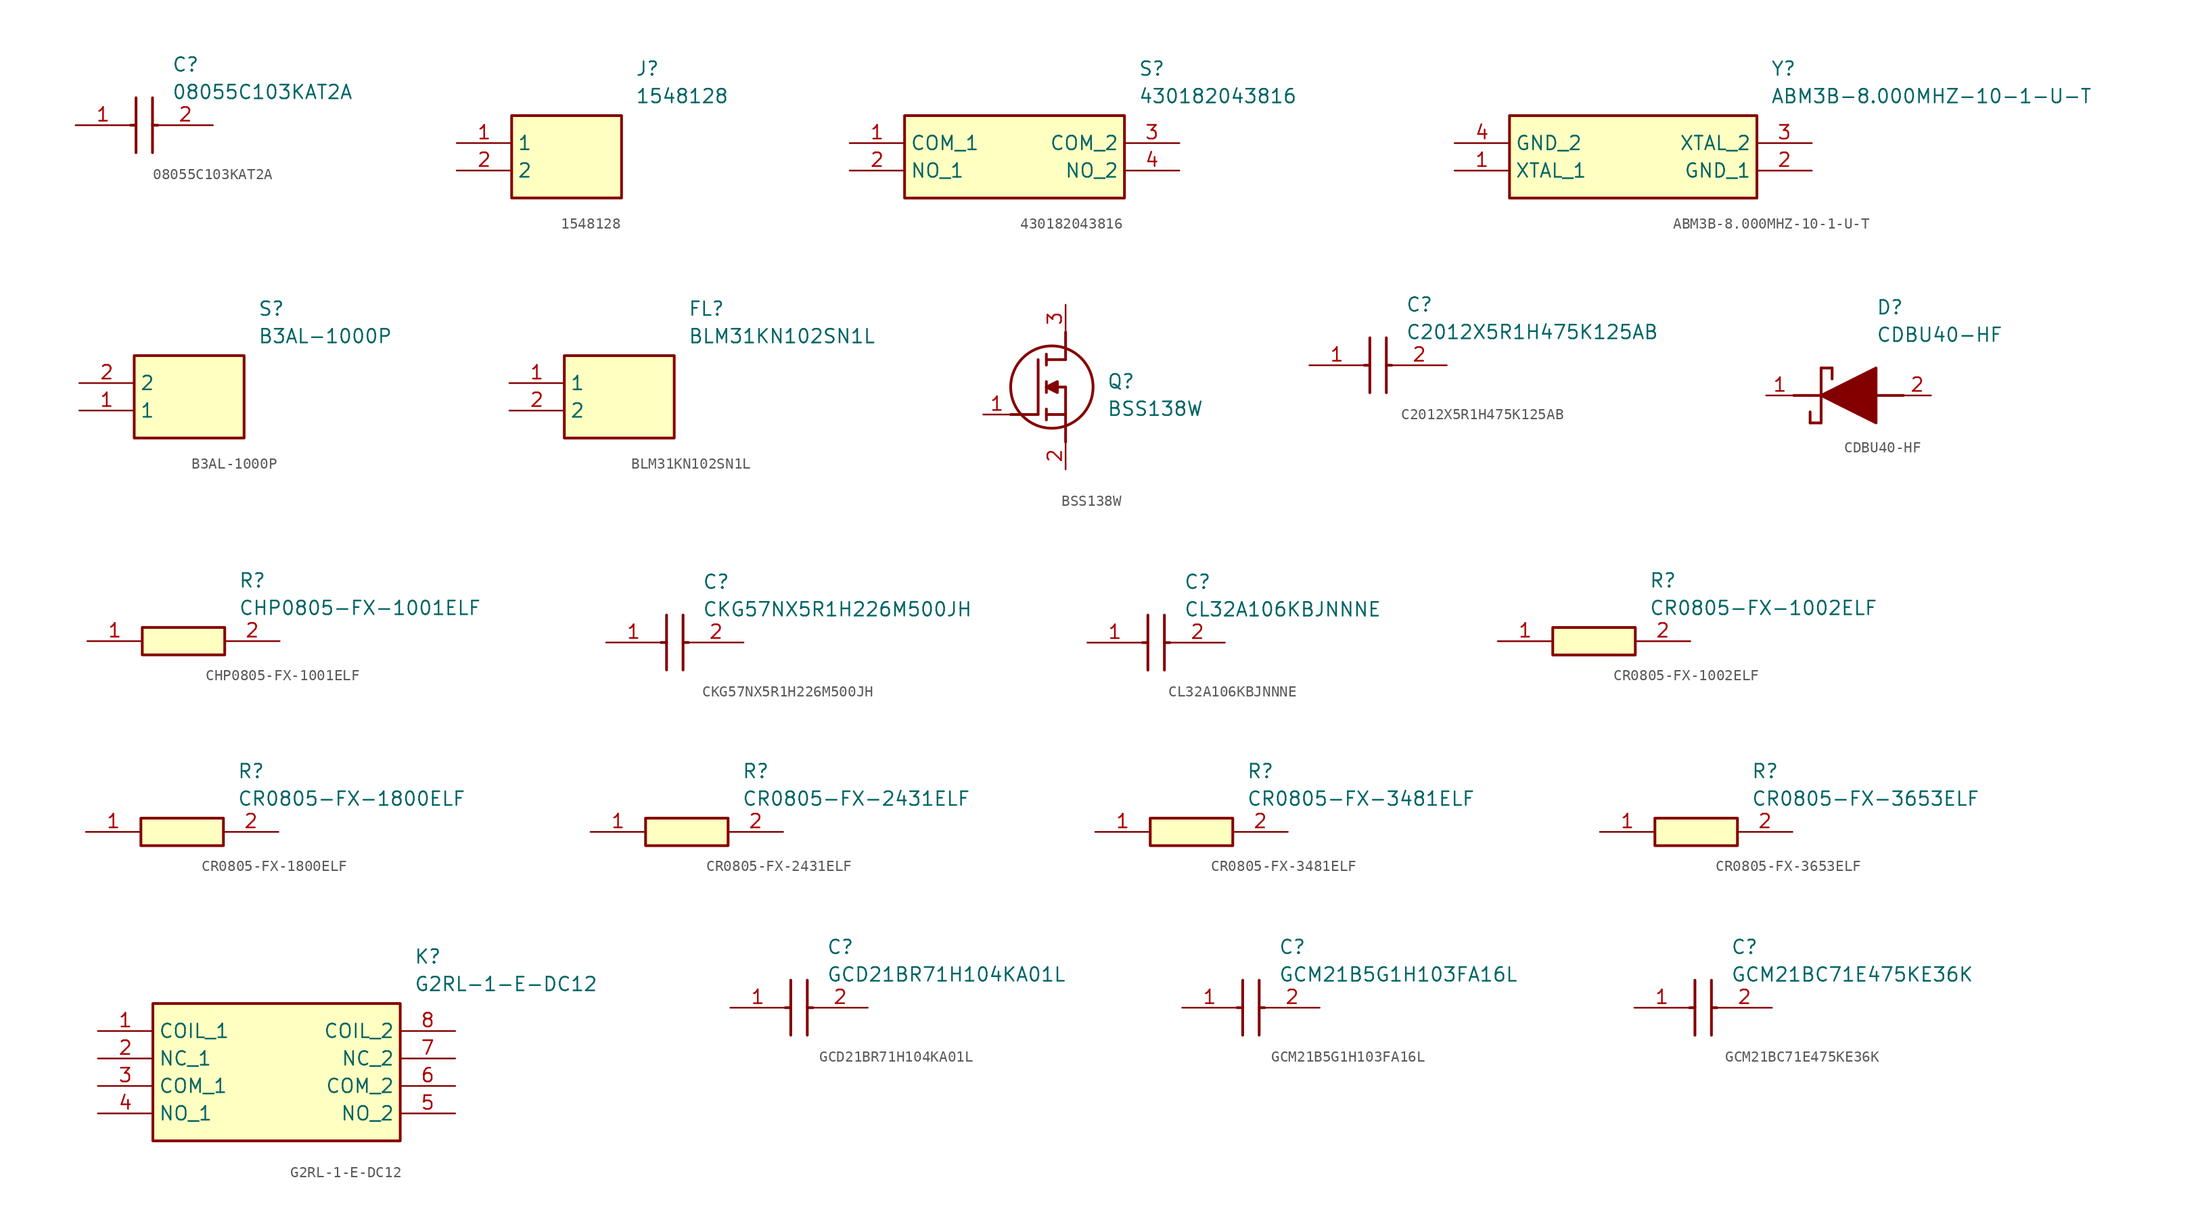
<source format=kicad_sym>
(kicad_symbol_lib
  (version 20220914)
  (generator SamacSys_ECAD_Model)
  (symbol "08055C103KAT2A"
    (pin_names hide)
    (property "Reference" "C"
      (at 8.89 6.35 0)
      (effects (font (size 1.27 1.27)) (justify left top)))
    (property "Value" "08055C103KAT2A"
      (at 8.89 3.81 0)
      (effects (font (size 1.27 1.27)) (justify left top)))
    (polyline
      (pts (xy 5.588 2.54) (xy 5.588 -2.54))
      (stroke (width 0.254) (type default))
      (fill (type none)))
    (polyline
      (pts (xy 7.112 2.54) (xy 7.112 -2.54))
      (stroke (width 0.254) (type default))
      (fill (type none)))
    (polyline
      (pts (xy 5.08 0) (xy 5.588 0))
      (stroke (width 0.254) (type default))
      (fill (type none)))
    (polyline
      (pts (xy 7.112 0) (xy 7.62 0))
      (stroke (width 0.254) (type default))
      (fill (type none)))
    (pin passive line
      (at 0 0 0)
      (length 5.08)
      (name "1" (effects (font (size 1.27 1.27))))
      (number "1" (effects (font (size 1.27 1.27)))))
    (pin passive line
      (at 12.7 0 180)
      (length 5.08)
      (name "2" (effects (font (size 1.27 1.27))))
      (number "2" (effects (font (size 1.27 1.27))))))
  (symbol "1548128"
    (property "Reference" "J"
      (at 16.51 7.62 0)
      (effects (font (size 1.27 1.27)) (justify left top)))
    (property "Value" "1548128"
      (at 16.51 5.08 0)
      (effects (font (size 1.27 1.27)) (justify left top)))
    (rectangle
      (start 5.08 2.54)
      (end 15.24 -5.08)
      (stroke (width 0.254) (type default))
      (fill (type background)))
    (pin passive line
      (at 0 0 0)
      (length 5.08)
      (name "1" (effects (font (size 1.27 1.27))))
      (number "1" (effects (font (size 1.27 1.27)))))
    (pin passive line
      (at 0 -2.54 0)
      (length 5.08)
      (name "2" (effects (font (size 1.27 1.27))))
      (number "2" (effects (font (size 1.27 1.27))))))
  (symbol "430182043816"
    (property "Reference" "S"
      (at 26.67 7.62 0)
      (effects (font (size 1.27 1.27)) (justify left top)))
    (property "Value" "430182043816"
      (at 26.67 5.08 0)
      (effects (font (size 1.27 1.27)) (justify left top)))
    (rectangle
      (start 5.08 2.54)
      (end 25.4 -5.08)
      (stroke (width 0.254) (type default))
      (fill (type background)))
    (pin passive line
      (at 0 0 0)
      (length 5.08)
      (name "COM_1" (effects (font (size 1.27 1.27))))
      (number "1" (effects (font (size 1.27 1.27)))))
    (pin passive line
      (at 0 -2.54 0)
      (length 5.08)
      (name "NO_1" (effects (font (size 1.27 1.27))))
      (number "2" (effects (font (size 1.27 1.27)))))
    (pin passive line
      (at 30.48 0 180)
      (length 5.08)
      (name "COM_2" (effects (font (size 1.27 1.27))))
      (number "3" (effects (font (size 1.27 1.27)))))
    (pin passive line
      (at 30.48 -2.54 180)
      (length 5.08)
      (name "NO_2" (effects (font (size 1.27 1.27))))
      (number "4" (effects (font (size 1.27 1.27))))))
  (symbol "ABM3B-8.000MHZ-10-1-U-T"
    (property "Reference" "Y"
      (at 29.21 7.62 0)
      (effects (font (size 1.27 1.27)) (justify left top)))
    (property "Value" "ABM3B-8.000MHZ-10-1-U-T"
      (at 29.21 5.08 0)
      (effects (font (size 1.27 1.27)) (justify left top)))
    (rectangle
      (start 5.08 2.54)
      (end 27.94 -5.08)
      (stroke (width 0.254) (type default))
      (fill (type background)))
    (pin passive line
      (at 0 -2.54 0)
      (length 5.08)
      (name "XTAL_1" (effects (font (size 1.27 1.27))))
      (number "1" (effects (font (size 1.27 1.27)))))
    (pin passive line
      (at 33.02 -2.54 180)
      (length 5.08)
      (name "GND_1" (effects (font (size 1.27 1.27))))
      (number "2" (effects (font (size 1.27 1.27)))))
    (pin passive line
      (at 33.02 0 180)
      (length 5.08)
      (name "XTAL_2" (effects (font (size 1.27 1.27))))
      (number "3" (effects (font (size 1.27 1.27)))))
    (pin passive line
      (at 0 0 0)
      (length 5.08)
      (name "GND_2" (effects (font (size 1.27 1.27))))
      (number "4" (effects (font (size 1.27 1.27))))))
  (symbol "B3AL-1000P"
    (property "Reference" "S"
      (at 16.51 7.62 0)
      (effects (font (size 1.27 1.27)) (justify left top)))
    (property "Value" "B3AL-1000P"
      (at 16.51 5.08 0)
      (effects (font (size 1.27 1.27)) (justify left top)))
    (rectangle
      (start 5.08 2.54)
      (end 15.24 -5.08)
      (stroke (width 0.254) (type default))
      (fill (type background)))
    (pin passive line
      (at 0 -2.54 0)
      (length 5.08)
      (name "1" (effects (font (size 1.27 1.27))))
      (number "1" (effects (font (size 1.27 1.27)))))
    (pin passive line
      (at 0 0 0)
      (length 5.08)
      (name "2" (effects (font (size 1.27 1.27))))
      (number "2" (effects (font (size 1.27 1.27))))))
  (symbol "BLM31KN102SN1L"
    (property "Reference" "FL"
      (at 16.51 7.62 0)
      (effects (font (size 1.27 1.27)) (justify left top)))
    (property "Value" "BLM31KN102SN1L"
      (at 16.51 5.08 0)
      (effects (font (size 1.27 1.27)) (justify left top)))
    (rectangle
      (start 5.08 2.54)
      (end 15.24 -5.08)
      (stroke (width 0.254) (type default))
      (fill (type background)))
    (pin passive line
      (at 0 0 0)
      (length 5.08)
      (name "1" (effects (font (size 1.27 1.27))))
      (number "1" (effects (font (size 1.27 1.27)))))
    (pin passive line
      (at 0 -2.54 0)
      (length 5.08)
      (name "2" (effects (font (size 1.27 1.27))))
      (number "2" (effects (font (size 1.27 1.27))))))
  (symbol "BSS138W"
    (pin_names hide)
    (property "Reference" "Q"
      (at 11.43 3.81 0)
      (effects (font (size 1.27 1.27)) (justify left top)))
    (property "Value" "BSS138W"
      (at 11.43 1.27 0)
      (effects (font (size 1.27 1.27)) (justify left top)))
    (polyline
      (pts (xy 7.62 2.54) (xy 7.62 -2.54))
      (stroke (width 0.254) (type default))
      (fill (type none)))
    (polyline
      (pts (xy 7.62 5.08) (xy 7.62 7.62))
      (stroke (width 0.254) (type default))
      (fill (type none)))
    (polyline
      (pts (xy 2.54 0) (xy 5.08 0))
      (stroke (width 0.254) (type default))
      (fill (type none)))
    (polyline
      (pts (xy 5.08 5.08) (xy 5.08 0))
      (stroke (width 0.254) (type default))
      (fill (type none)))
    (polyline
      (pts (xy 7.62 2.54) (xy 5.842 2.54))
      (stroke (width 0.254) (type default))
      (fill (type none)))
    (polyline
      (pts (xy 7.62 5.08) (xy 5.842 5.08))
      (stroke (width 0.254) (type default))
      (fill (type none)))
    (polyline
      (pts (xy 5.842 0) (xy 7.62 0))
      (stroke (width 0.254) (type default))
      (fill (type none)))
    (polyline
      (pts (xy 5.842 5.588) (xy 5.842 4.572))
      (stroke (width 0.254) (type default))
      (fill (type none)))
    (polyline
      (pts (xy 5.842 -0.508) (xy 5.842 0.508))
      (stroke (width 0.254) (type default))
      (fill (type none)))
    (polyline
      (pts (xy 5.842 2.032) (xy 5.842 3.048))
      (stroke (width 0.254) (type default))
      (fill (type none)))
    (circle
      (center 6.35 2.54)
      (radius 3.81)
      (stroke (width 0.254) (type default))
      (fill (type none)))
    (polyline
      (pts (xy 5.842 2.54) (xy 6.858 3.048) (xy 6.858 2.032) (xy 5.842 2.54))
      (stroke (width 0.254) (type default))
      (fill (type outline)))
    (pin passive line
      (at 0 0 0)
      (length 2.54)
      (name "G" (effects (font (size 1.27 1.27))))
      (number "1" (effects (font (size 1.27 1.27)))))
    (pin passive line
      (at 7.62 10.16 270)
      (length 2.54)
      (name "D" (effects (font (size 1.27 1.27))))
      (number "3" (effects (font (size 1.27 1.27)))))
    (pin passive line
      (at 7.62 -5.08 90)
      (length 2.54)
      (name "S" (effects (font (size 1.27 1.27))))
      (number "2" (effects (font (size 1.27 1.27))))))
  (symbol "C2012X5R1H475K125AB"
    (pin_names hide)
    (property "Reference" "C"
      (at 8.89 6.35 0)
      (effects (font (size 1.27 1.27)) (justify left top)))
    (property "Value" "C2012X5R1H475K125AB"
      (at 8.89 3.81 0)
      (effects (font (size 1.27 1.27)) (justify left top)))
    (polyline
      (pts (xy 5.588 2.54) (xy 5.588 -2.54))
      (stroke (width 0.254) (type default))
      (fill (type none)))
    (polyline
      (pts (xy 7.112 2.54) (xy 7.112 -2.54))
      (stroke (width 0.254) (type default))
      (fill (type none)))
    (polyline
      (pts (xy 5.08 0) (xy 5.588 0))
      (stroke (width 0.254) (type default))
      (fill (type none)))
    (polyline
      (pts (xy 7.112 0) (xy 7.62 0))
      (stroke (width 0.254) (type default))
      (fill (type none)))
    (pin passive line
      (at 0 0 0)
      (length 5.08)
      (name "1" (effects (font (size 1.27 1.27))))
      (number "1" (effects (font (size 1.27 1.27)))))
    (pin passive line
      (at 12.7 0 180)
      (length 5.08)
      (name "2" (effects (font (size 1.27 1.27))))
      (number "2" (effects (font (size 1.27 1.27))))))
  (symbol "CDBU40-HF"
    (pin_names hide)
    (property "Reference" "D"
      (at 12.7 8.89 0)
      (effects (font (size 1.27 1.27)) (justify left top)))
    (property "Value" "CDBU40-HF"
      (at 12.7 6.35 0)
      (effects (font (size 1.27 1.27)) (justify left top)))
    (polyline
      (pts (xy 7.62 2.54) (xy 7.62 -2.54))
      (stroke (width 0.254) (type default))
      (fill (type none)))
    (polyline
      (pts (xy 7.62 2.54) (xy 8.636 2.54))
      (stroke (width 0.254) (type default))
      (fill (type none)))
    (polyline
      (pts (xy 8.636 1.524) (xy 8.636 2.54))
      (stroke (width 0.254) (type default))
      (fill (type none)))
    (polyline
      (pts (xy 7.62 -2.54) (xy 6.604 -2.54))
      (stroke (width 0.254) (type default))
      (fill (type none)))
    (polyline
      (pts (xy 6.604 -1.524) (xy 6.604 -2.54))
      (stroke (width 0.254) (type default))
      (fill (type none)))
    (polyline
      (pts (xy 5.08 0) (xy 7.62 0))
      (stroke (width 0.254) (type default))
      (fill (type none)))
    (polyline
      (pts (xy 12.7 0) (xy 15.24 0))
      (stroke (width 0.254) (type default))
      (fill (type none)))
    (polyline
      (pts (xy 7.62 0) (xy 12.7 2.54) (xy 12.7 -2.54) (xy 7.62 0))
      (stroke (width 0.254) (type default))
      (fill (type outline)))
    (pin passive line
      (at 2.54 0 0)
      (length 2.54)
      (name "K" (effects (font (size 1.27 1.27))))
      (number "1" (effects (font (size 1.27 1.27)))))
    (pin passive line
      (at 17.78 0 180)
      (length 2.54)
      (name "A" (effects (font (size 1.27 1.27))))
      (number "2" (effects (font (size 1.27 1.27))))))
  (symbol "CHP0805-FX-1001ELF"
    (pin_names hide)
    (property "Reference" "R"
      (at 13.97 6.35 0)
      (effects (font (size 1.27 1.27)) (justify left top)))
    (property "Value" "CHP0805-FX-1001ELF"
      (at 13.97 3.81 0)
      (effects (font (size 1.27 1.27)) (justify left top)))
    (rectangle
      (start 5.08 1.27)
      (end 12.7 -1.27)
      (stroke (width 0.254) (type default))
      (fill (type background)))
    (pin passive line
      (at 0 0 0)
      (length 5.08)
      (name "1" (effects (font (size 1.27 1.27))))
      (number "1" (effects (font (size 1.27 1.27)))))
    (pin passive line
      (at 17.78 0 180)
      (length 5.08)
      (name "2" (effects (font (size 1.27 1.27))))
      (number "2" (effects (font (size 1.27 1.27))))))
  (symbol "CKG57NX5R1H226M500JH"
    (pin_names hide)
    (property "Reference" "C"
      (at 8.89 6.35 0)
      (effects (font (size 1.27 1.27)) (justify left top)))
    (property "Value" "CKG57NX5R1H226M500JH"
      (at 8.89 3.81 0)
      (effects (font (size 1.27 1.27)) (justify left top)))
    (polyline
      (pts (xy 5.588 2.54) (xy 5.588 -2.54))
      (stroke (width 0.254) (type default))
      (fill (type none)))
    (polyline
      (pts (xy 7.112 2.54) (xy 7.112 -2.54))
      (stroke (width 0.254) (type default))
      (fill (type none)))
    (polyline
      (pts (xy 5.08 0) (xy 5.588 0))
      (stroke (width 0.254) (type default))
      (fill (type none)))
    (polyline
      (pts (xy 7.112 0) (xy 7.62 0))
      (stroke (width 0.254) (type default))
      (fill (type none)))
    (pin passive line
      (at 0 0 0)
      (length 5.08)
      (name "1" (effects (font (size 1.27 1.27))))
      (number "1" (effects (font (size 1.27 1.27)))))
    (pin passive line
      (at 12.7 0 180)
      (length 5.08)
      (name "2" (effects (font (size 1.27 1.27))))
      (number "2" (effects (font (size 1.27 1.27))))))
  (symbol "CL32A106KBJNNNE"
    (pin_names hide)
    (property "Reference" "C"
      (at 8.89 6.35 0)
      (effects (font (size 1.27 1.27)) (justify left top)))
    (property "Value" "CL32A106KBJNNNE"
      (at 8.89 3.81 0)
      (effects (font (size 1.27 1.27)) (justify left top)))
    (polyline
      (pts (xy 5.588 2.54) (xy 5.588 -2.54))
      (stroke (width 0.254) (type default))
      (fill (type none)))
    (polyline
      (pts (xy 7.112 2.54) (xy 7.112 -2.54))
      (stroke (width 0.254) (type default))
      (fill (type none)))
    (polyline
      (pts (xy 5.08 0) (xy 5.588 0))
      (stroke (width 0.254) (type default))
      (fill (type none)))
    (polyline
      (pts (xy 7.112 0) (xy 7.62 0))
      (stroke (width 0.254) (type default))
      (fill (type none)))
    (pin passive line
      (at 0 0 0)
      (length 5.08)
      (name "1" (effects (font (size 1.27 1.27))))
      (number "1" (effects (font (size 1.27 1.27)))))
    (pin passive line
      (at 12.7 0 180)
      (length 5.08)
      (name "2" (effects (font (size 1.27 1.27))))
      (number "2" (effects (font (size 1.27 1.27))))))
  (symbol "CR0805-FX-1002ELF"
    (pin_names hide)
    (property "Reference" "R"
      (at 13.97 6.35 0)
      (effects (font (size 1.27 1.27)) (justify left top)))
    (property "Value" "CR0805-FX-1002ELF"
      (at 13.97 3.81 0)
      (effects (font (size 1.27 1.27)) (justify left top)))
    (rectangle
      (start 5.08 1.27)
      (end 12.7 -1.27)
      (stroke (width 0.254) (type default))
      (fill (type background)))
    (pin passive line
      (at 0 0 0)
      (length 5.08)
      (name "1" (effects (font (size 1.27 1.27))))
      (number "1" (effects (font (size 1.27 1.27)))))
    (pin passive line
      (at 17.78 0 180)
      (length 5.08)
      (name "2" (effects (font (size 1.27 1.27))))
      (number "2" (effects (font (size 1.27 1.27))))))
  (symbol "CR0805-FX-1800ELF"
    (pin_names hide)
    (property "Reference" "R"
      (at 13.97 6.35 0)
      (effects (font (size 1.27 1.27)) (justify left top)))
    (property "Value" "CR0805-FX-1800ELF"
      (at 13.97 3.81 0)
      (effects (font (size 1.27 1.27)) (justify left top)))
    (rectangle
      (start 5.08 1.27)
      (end 12.7 -1.27)
      (stroke (width 0.254) (type default))
      (fill (type background)))
    (pin passive line
      (at 0 0 0)
      (length 5.08)
      (name "1" (effects (font (size 1.27 1.27))))
      (number "1" (effects (font (size 1.27 1.27)))))
    (pin passive line
      (at 17.78 0 180)
      (length 5.08)
      (name "2" (effects (font (size 1.27 1.27))))
      (number "2" (effects (font (size 1.27 1.27))))))
  (symbol "CR0805-FX-2431ELF"
    (pin_names hide)
    (property "Reference" "R"
      (at 13.97 6.35 0)
      (effects (font (size 1.27 1.27)) (justify left top)))
    (property "Value" "CR0805-FX-2431ELF"
      (at 13.97 3.81 0)
      (effects (font (size 1.27 1.27)) (justify left top)))
    (rectangle
      (start 5.08 1.27)
      (end 12.7 -1.27)
      (stroke (width 0.254) (type default))
      (fill (type background)))
    (pin passive line
      (at 0 0 0)
      (length 5.08)
      (name "1" (effects (font (size 1.27 1.27))))
      (number "1" (effects (font (size 1.27 1.27)))))
    (pin passive line
      (at 17.78 0 180)
      (length 5.08)
      (name "2" (effects (font (size 1.27 1.27))))
      (number "2" (effects (font (size 1.27 1.27))))))
  (symbol "CR0805-FX-3481ELF"
    (pin_names hide)
    (property "Reference" "R"
      (at 13.97 6.35 0)
      (effects (font (size 1.27 1.27)) (justify left top)))
    (property "Value" "CR0805-FX-3481ELF"
      (at 13.97 3.81 0)
      (effects (font (size 1.27 1.27)) (justify left top)))
    (rectangle
      (start 5.08 1.27)
      (end 12.7 -1.27)
      (stroke (width 0.254) (type default))
      (fill (type background)))
    (pin passive line
      (at 0 0 0)
      (length 5.08)
      (name "1" (effects (font (size 1.27 1.27))))
      (number "1" (effects (font (size 1.27 1.27)))))
    (pin passive line
      (at 17.78 0 180)
      (length 5.08)
      (name "2" (effects (font (size 1.27 1.27))))
      (number "2" (effects (font (size 1.27 1.27))))))
  (symbol "CR0805-FX-3653ELF"
    (pin_names hide)
    (property "Reference" "R"
      (at 13.97 6.35 0)
      (effects (font (size 1.27 1.27)) (justify left top)))
    (property "Value" "CR0805-FX-3653ELF"
      (at 13.97 3.81 0)
      (effects (font (size 1.27 1.27)) (justify left top)))
    (rectangle
      (start 5.08 1.27)
      (end 12.7 -1.27)
      (stroke (width 0.254) (type default))
      (fill (type background)))
    (pin passive line
      (at 0 0 0)
      (length 5.08)
      (name "1" (effects (font (size 1.27 1.27))))
      (number "1" (effects (font (size 1.27 1.27)))))
    (pin passive line
      (at 17.78 0 180)
      (length 5.08)
      (name "2" (effects (font (size 1.27 1.27))))
      (number "2" (effects (font (size 1.27 1.27))))))
  (symbol "G2RL-1-E-DC12"
    (property "Reference" "K"
      (at 29.21 7.62 0)
      (effects (font (size 1.27 1.27)) (justify left top)))
    (property "Value" "G2RL-1-E-DC12"
      (at 29.21 5.08 0)
      (effects (font (size 1.27 1.27)) (justify left top)))
    (rectangle
      (start 5.08 2.54)
      (end 27.94 -10.16)
      (stroke (width 0.254) (type default))
      (fill (type background)))
    (pin passive line
      (at 0 0 0)
      (length 5.08)
      (name "COIL_1" (effects (font (size 1.27 1.27))))
      (number "1" (effects (font (size 1.27 1.27)))))
    (pin passive line
      (at 0 -2.54 0)
      (length 5.08)
      (name "NC_1" (effects (font (size 1.27 1.27))))
      (number "2" (effects (font (size 1.27 1.27)))))
    (pin passive line
      (at 0 -5.08 0)
      (length 5.08)
      (name "COM_1" (effects (font (size 1.27 1.27))))
      (number "3" (effects (font (size 1.27 1.27)))))
    (pin passive line
      (at 0 -7.62 0)
      (length 5.08)
      (name "NO_1" (effects (font (size 1.27 1.27))))
      (number "4" (effects (font (size 1.27 1.27)))))
    (pin passive line
      (at 33.02 -7.62 180)
      (length 5.08)
      (name "NO_2" (effects (font (size 1.27 1.27))))
      (number "5" (effects (font (size 1.27 1.27)))))
    (pin passive line
      (at 33.02 -5.08 180)
      (length 5.08)
      (name "COM_2" (effects (font (size 1.27 1.27))))
      (number "6" (effects (font (size 1.27 1.27)))))
    (pin passive line
      (at 33.02 -2.54 180)
      (length 5.08)
      (name "NC_2" (effects (font (size 1.27 1.27))))
      (number "7" (effects (font (size 1.27 1.27)))))
    (pin passive line
      (at 33.02 0 180)
      (length 5.08)
      (name "COIL_2" (effects (font (size 1.27 1.27))))
      (number "8" (effects (font (size 1.27 1.27))))))
  (symbol "GCD21BR71H104KA01L"
    (pin_names hide)
    (property "Reference" "C"
      (at 8.89 6.35 0)
      (effects (font (size 1.27 1.27)) (justify left top)))
    (property "Value" "GCD21BR71H104KA01L"
      (at 8.89 3.81 0)
      (effects (font (size 1.27 1.27)) (justify left top)))
    (polyline
      (pts (xy 5.588 2.54) (xy 5.588 -2.54))
      (stroke (width 0.254) (type default))
      (fill (type none)))
    (polyline
      (pts (xy 7.112 2.54) (xy 7.112 -2.54))
      (stroke (width 0.254) (type default))
      (fill (type none)))
    (polyline
      (pts (xy 5.08 0) (xy 5.588 0))
      (stroke (width 0.254) (type default))
      (fill (type none)))
    (polyline
      (pts (xy 7.112 0) (xy 7.62 0))
      (stroke (width 0.254) (type default))
      (fill (type none)))
    (pin passive line
      (at 0 0 0)
      (length 5.08)
      (name "1" (effects (font (size 1.27 1.27))))
      (number "1" (effects (font (size 1.27 1.27)))))
    (pin passive line
      (at 12.7 0 180)
      (length 5.08)
      (name "2" (effects (font (size 1.27 1.27))))
      (number "2" (effects (font (size 1.27 1.27))))))
  (symbol "GCM21B5G1H103FA16L"
    (pin_names hide)
    (property "Reference" "C"
      (at 8.89 6.35 0)
      (effects (font (size 1.27 1.27)) (justify left top)))
    (property "Value" "GCM21B5G1H103FA16L"
      (at 8.89 3.81 0)
      (effects (font (size 1.27 1.27)) (justify left top)))
    (polyline
      (pts (xy 5.588 2.54) (xy 5.588 -2.54))
      (stroke (width 0.254) (type default))
      (fill (type none)))
    (polyline
      (pts (xy 7.112 2.54) (xy 7.112 -2.54))
      (stroke (width 0.254) (type default))
      (fill (type none)))
    (polyline
      (pts (xy 5.08 0) (xy 5.588 0))
      (stroke (width 0.254) (type default))
      (fill (type none)))
    (polyline
      (pts (xy 7.112 0) (xy 7.62 0))
      (stroke (width 0.254) (type default))
      (fill (type none)))
    (pin passive line
      (at 0 0 0)
      (length 5.08)
      (name "1" (effects (font (size 1.27 1.27))))
      (number "1" (effects (font (size 1.27 1.27)))))
    (pin passive line
      (at 12.7 0 180)
      (length 5.08)
      (name "2" (effects (font (size 1.27 1.27))))
      (number "2" (effects (font (size 1.27 1.27))))))
  (symbol "GCM21BC71E475KE36K"
    (pin_names hide)
    (property "Reference" "C"
      (at 8.89 6.35 0)
      (effects (font (size 1.27 1.27)) (justify left top)))
    (property "Value" "GCM21BC71E475KE36K"
      (at 8.89 3.81 0)
      (effects (font (size 1.27 1.27)) (justify left top)))
    (polyline
      (pts (xy 5.588 2.54) (xy 5.588 -2.54))
      (stroke (width 0.254) (type default))
      (fill (type none)))
    (polyline
      (pts (xy 7.112 2.54) (xy 7.112 -2.54))
      (stroke (width 0.254) (type default))
      (fill (type none)))
    (polyline
      (pts (xy 5.08 0) (xy 5.588 0))
      (stroke (width 0.254) (type default))
      (fill (type none)))
    (polyline
      (pts (xy 7.112 0) (xy 7.62 0))
      (stroke (width 0.254) (type default))
      (fill (type none)))
    (pin passive line
      (at 0 0 0)
      (length 5.08)
      (name "1" (effects (font (size 1.27 1.27))))
      (number "1" (effects (font (size 1.27 1.27)))))
    (pin passive line
      (at 12.7 0 180)
      (length 5.08)
      (name "2" (effects (font (size 1.27 1.27))))
      (number "2" (effects (font (size 1.27 1.27)))))))
</source>
